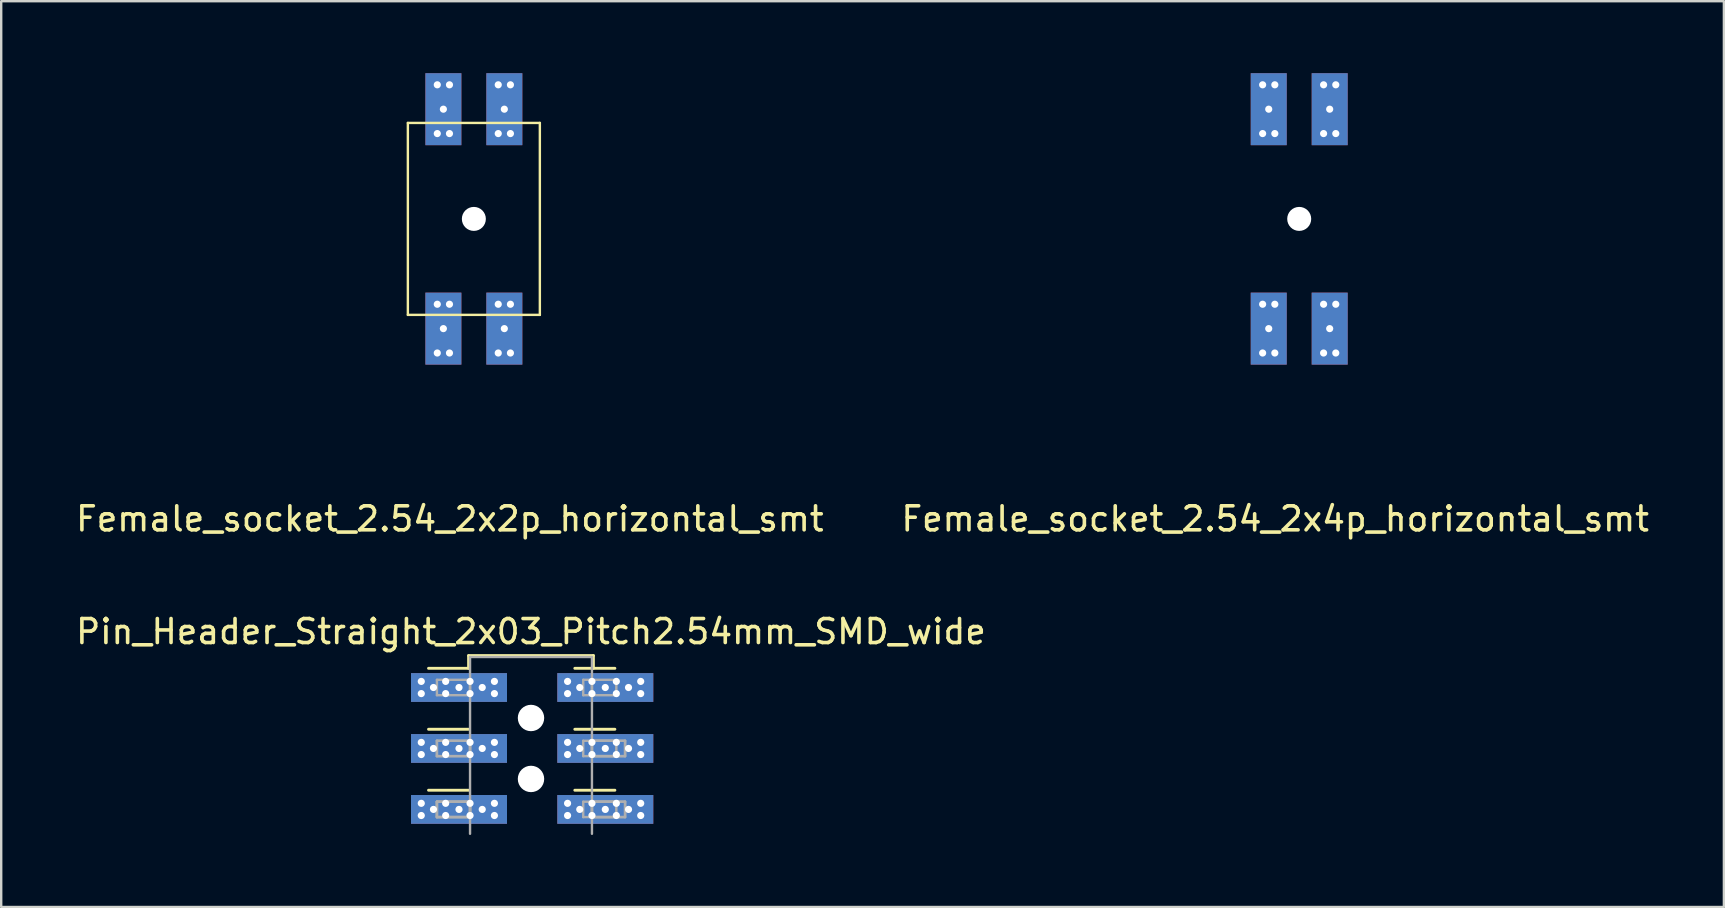
<source format=kicad_pcb>
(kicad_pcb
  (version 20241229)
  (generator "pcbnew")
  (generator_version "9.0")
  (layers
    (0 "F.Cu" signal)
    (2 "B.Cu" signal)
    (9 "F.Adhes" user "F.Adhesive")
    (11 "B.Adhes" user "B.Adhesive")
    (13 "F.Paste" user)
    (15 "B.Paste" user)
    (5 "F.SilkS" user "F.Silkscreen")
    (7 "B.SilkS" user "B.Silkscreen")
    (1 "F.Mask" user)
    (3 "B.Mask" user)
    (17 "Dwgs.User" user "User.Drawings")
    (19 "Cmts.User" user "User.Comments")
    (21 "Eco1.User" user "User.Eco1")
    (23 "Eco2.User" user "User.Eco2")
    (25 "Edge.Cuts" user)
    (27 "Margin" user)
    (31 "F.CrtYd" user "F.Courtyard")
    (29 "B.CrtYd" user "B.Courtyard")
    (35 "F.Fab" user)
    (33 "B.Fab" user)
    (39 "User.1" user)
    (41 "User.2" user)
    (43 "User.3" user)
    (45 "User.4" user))
  (footprint "Female_socket_2.54_2x4p_horizontal_smt"
    (layer "F.Cu")
    (at 51.089 6.072)
    (property "Reference" "Female_socket_2.54_2x4p_horizontal_smt" (at -1 12.5 0) (layer "F.SilkS") (effects (font (size 1 1) (thickness 0.15))))
    (attr through_hole)
    (pad "" np_thru_hole circle (at 0 0) (size 1 1) (drill 1) (layers "*.Cu" "*.Mask"))
    (pad "1" thru_hole circle (at 1.016 -5.588) (size 0.3 0.3) (drill 0.3) (layers "*.Cu" "*.Mask"))
    (pad "1" thru_hole circle (at 1.016 -3.556) (size 0.3 0.3) (drill 0.3) (layers "*.Cu" "*.Mask"))
    (pad "1" thru_hole rect (at 1.27 -4.572) (size 1.5 3) (drill 0.3) (layers "*.Cu" "*.Mask"))
    (pad "1" thru_hole circle (at 1.524 -5.588) (size 0.3 0.3) (drill 0.3) (layers "*.Cu" "*.Mask"))
    (pad "1" thru_hole circle (at 1.524 -3.556) (size 0.3 0.3) (drill 0.3) (layers "*.Cu" "*.Mask"))
    (pad "2" thru_hole circle (at 1.016 3.556) (size 0.3 0.3) (drill 0.3) (layers "*.Cu" "*.Mask"))
    (pad "2" thru_hole circle (at 1.016 5.588) (size 0.3 0.3) (drill 0.3) (layers "*.Cu" "*.Mask"))
    (pad "2" thru_hole rect (at 1.27 4.572) (size 1.5 3) (drill 0.3) (layers "*.Cu" "*.Mask"))
    (pad "2" thru_hole circle (at 1.524 3.556) (size 0.3 0.3) (drill 0.3) (layers "*.Cu" "*.Mask"))
    (pad "2" thru_hole circle (at 1.524 5.588) (size 0.3 0.3) (drill 0.3) (layers "*.Cu" "*.Mask"))
    (pad "3" thru_hole circle (at -1.524 -5.588) (size 0.3 0.3) (drill 0.3) (layers "*.Cu" "*.Mask"))
    (pad "3" thru_hole circle (at -1.524 -3.556) (size 0.3 0.3) (drill 0.3) (layers "*.Cu" "*.Mask"))
    (pad "3" thru_hole rect (at -1.27 -4.572) (size 1.5 3) (drill 0.3) (layers "*.Cu" "*.Mask"))
    (pad "3" thru_hole circle (at -1.016 -5.588) (size 0.3 0.3) (drill 0.3) (layers "*.Cu" "*.Mask"))
    (pad "3" thru_hole circle (at -1.016 -3.556) (size 0.3 0.3) (drill 0.3) (layers "*.Cu" "*.Mask"))
    (pad "4" thru_hole circle (at -1.524 3.556) (size 0.3 0.3) (drill 0.3) (layers "*.Cu" "*.Mask"))
    (pad "4" thru_hole circle (at -1.524 5.588) (size 0.3 0.3) (drill 0.3) (layers "*.Cu" "*.Mask"))
    (pad "4" thru_hole rect (at -1.27 4.572) (size 1.5 3) (drill 0.3) (layers "*.Cu" "*.Mask"))
    (pad "4" thru_hole circle (at -1.016 3.556) (size 0.3 0.3) (drill 0.3) (layers "*.Cu" "*.Mask"))
    (pad "4" thru_hole circle (at -1.016 5.588) (size 0.3 0.3) (drill 0.3) (layers "*.Cu" "*.Mask")))
  (footprint "Pin_Header_Straight_2x03_Pitch2.54mm_SMD_wide"
    (layer "F.Cu")
    (at 19.077 28.139)
    (property "Reference" "Pin_Header_Straight_2x03_Pitch2.54mm_SMD_wide" (at 0 -4.87 0) (layer "F.SilkS") (effects (font (size 1 1) (thickness 0.15))))
    (attr smd)
    (fp_line (start -4.27 -3.34) (end -2.6 -3.34) (stroke (width 0.12) (type solid)) (layer "F.SilkS"))
    (fp_line (start -4.27 -0.8) (end -2.6 -0.8) (stroke (width 0.12) (type solid)) (layer "F.SilkS"))
    (fp_line (start -4.27 1.74) (end -2.6 1.74) (stroke (width 0.12) (type solid)) (layer "F.SilkS"))
    (fp_line (start -2.6 -3.87) (end 2.6 -3.87) (stroke (width 0.12) (type solid)) (layer "F.SilkS"))
    (fp_line (start -2.6 -3.34) (end -2.6 -3.87) (stroke (width 0.12) (type solid)) (layer "F.SilkS"))
    (fp_line (start 1.826 -3.34) (end 3.496 -3.34) (stroke (width 0.12) (type solid)) (layer "F.SilkS"))
    (fp_line (start 1.826 -0.8) (end 3.496 -0.8) (stroke (width 0.12) (type solid)) (layer "F.SilkS"))
    (fp_line (start 1.826 1.74) (end 3.496 1.74) (stroke (width 0.12) (type solid)) (layer "F.SilkS"))
    (fp_line (start 2.6 -3.87) (end 2.6 -3.34) (stroke (width 0.12) (type solid)) (layer "F.SilkS"))
    (fp_line (start -3.92 -2.86) (end -2.54 -2.86) (stroke (width 0.1) (type solid)) (layer "F.Fab"))
    (fp_line (start -3.92 -2.22) (end -3.92 -2.86) (stroke (width 0.1) (type solid)) (layer "F.Fab"))
    (fp_line (start -3.92 -0.32) (end -2.54 -0.32) (stroke (width 0.1) (type solid)) (layer "F.Fab"))
    (fp_line (start -3.92 -0.32) (end -2.54 -0.32) (stroke (width 0.1) (type solid)) (layer "F.Fab"))
    (fp_line (start -3.92 0.32) (end -3.92 -0.32) (stroke (width 0.1) (type solid)) (layer "F.Fab"))
    (fp_line (start -3.92 0.32) (end -3.92 -0.32) (stroke (width 0.1) (type solid)) (layer "F.Fab"))
    (fp_line (start -3.92 2.22) (end -2.54 2.22) (stroke (width 0.1) (type solid)) (layer "F.Fab"))
    (fp_line (start -3.92 2.22) (end -2.54 2.22) (stroke (width 0.1) (type solid)) (layer "F.Fab"))
    (fp_line (start -3.92 2.22) (end -2.54 2.22) (stroke (width 0.1) (type solid)) (layer "F.Fab"))
    (fp_line (start -3.92 2.86) (end -3.92 2.22) (stroke (width 0.1) (type solid)) (layer "F.Fab"))
    (fp_line (start -3.92 2.86) (end -3.92 2.22) (stroke (width 0.1) (type solid)) (layer "F.Fab"))
    (fp_line (start -3.92 2.86) (end -3.92 2.22) (stroke (width 0.1) (type solid)) (layer "F.Fab"))
    (fp_line (start -2.54 -3.81) (end -2.54 3.556) (stroke (width 0.1) (type solid)) (layer "F.Fab"))
    (fp_line (start -2.54 -2.86) (end -2.54 -2.22) (stroke (width 0.1) (type solid)) (layer "F.Fab"))
    (fp_line (start -2.54 -2.22) (end -3.92 -2.22) (stroke (width 0.1) (type solid)) (layer "F.Fab"))
    (fp_line (start -2.54 -0.32) (end -2.54 0.32) (stroke (width 0.1) (type solid)) (layer "F.Fab"))
    (fp_line (start -2.54 -0.32) (end -2.54 0.32) (stroke (width 0.1) (type solid)) (layer "F.Fab"))
    (fp_line (start -2.54 0.32) (end -3.92 0.32) (stroke (width 0.1) (type solid)) (layer "F.Fab"))
    (fp_line (start -2.54 0.32) (end -3.92 0.32) (stroke (width 0.1) (type solid)) (layer "F.Fab"))
    (fp_line (start -2.54 2.22) (end -2.54 2.86) (stroke (width 0.1) (type solid)) (layer "F.Fab"))
    (fp_line (start -2.54 2.22) (end -2.54 2.86) (stroke (width 0.1) (type solid)) (layer "F.Fab"))
    (fp_line (start -2.54 2.22) (end -2.54 2.86) (stroke (width 0.1) (type solid)) (layer "F.Fab"))
    (fp_line (start -2.54 2.86) (end -3.92 2.86) (stroke (width 0.1) (type solid)) (layer "F.Fab"))
    (fp_line (start -2.54 2.86) (end -3.92 2.86) (stroke (width 0.1) (type solid)) (layer "F.Fab"))
    (fp_line (start -2.54 2.86) (end -3.92 2.86) (stroke (width 0.1) (type solid)) (layer "F.Fab"))
    (fp_line (start 2.176 -2.86) (end 3.556 -2.86) (stroke (width 0.1) (type solid)) (layer "F.Fab"))
    (fp_line (start 2.176 -2.22) (end 2.176 -2.86) (stroke (width 0.1) (type solid)) (layer "F.Fab"))
    (fp_line (start 2.176 -0.32) (end 3.556 -0.32) (stroke (width 0.1) (type solid)) (layer "F.Fab"))
    (fp_line (start 2.176 0.32) (end 2.176 -0.32) (stroke (width 0.1) (type solid)) (layer "F.Fab"))
    (fp_line (start 2.176 2.22) (end 3.556 2.22) (stroke (width 0.1) (type solid)) (layer "F.Fab"))
    (fp_line (start 2.176 2.86) (end 2.176 2.22) (stroke (width 0.1) (type solid)) (layer "F.Fab"))
    (fp_line (start 2.54 -3.81) (end -2.54 -3.81) (stroke (width 0.1) (type solid)) (layer "F.Fab"))
    (fp_line (start 2.54 -2.86) (end 2.54 -2.22) (stroke (width 0.1) (type solid)) (layer "F.Fab"))
    (fp_line (start 2.54 -0.32) (end 2.54 0.32) (stroke (width 0.1) (type solid)) (layer "F.Fab"))
    (fp_line (start 2.54 -0.32) (end 2.54 0.32) (stroke (width 0.1) (type solid)) (layer "F.Fab"))
    (fp_line (start 2.54 0.32) (end 3.92 0.32) (stroke (width 0.1) (type solid)) (layer "F.Fab"))
    (fp_line (start 2.54 0.32) (end 3.92 0.32) (stroke (width 0.1) (type solid)) (layer "F.Fab"))
    (fp_line (start 2.54 2.22) (end 2.54 2.86) (stroke (width 0.1) (type solid)) (layer "F.Fab"))
    (fp_line (start 2.54 2.22) (end 2.54 2.86) (stroke (width 0.1) (type solid)) (layer "F.Fab"))
    (fp_line (start 2.54 2.86) (end 3.92 2.86) (stroke (width 0.1) (type solid)) (layer "F.Fab"))
    (fp_line (start 2.54 2.86) (end 3.92 2.86) (stroke (width 0.1) (type solid)) (layer "F.Fab"))
    (fp_line (start 2.54 3.556) (end 2.54 -3.81) (stroke (width 0.1) (type solid)) (layer "F.Fab"))
    (fp_line (start 3.556 -2.86) (end 3.556 -2.22) (stroke (width 0.1) (type solid)) (layer "F.Fab"))
    (fp_line (start 3.556 -2.22) (end 2.176 -2.22) (stroke (width 0.1) (type solid)) (layer "F.Fab"))
    (fp_line (start 3.556 -0.32) (end 3.556 0.32) (stroke (width 0.1) (type solid)) (layer "F.Fab"))
    (fp_line (start 3.556 0.32) (end 2.176 0.32) (stroke (width 0.1) (type solid)) (layer "F.Fab"))
    (fp_line (start 3.556 2.22) (end 3.556 2.86) (stroke (width 0.1) (type solid)) (layer "F.Fab"))
    (fp_line (start 3.556 2.86) (end 2.176 2.86) (stroke (width 0.1) (type solid)) (layer "F.Fab"))
    (fp_line (start 3.92 -0.32) (end 2.54 -0.32) (stroke (width 0.1) (type solid)) (layer "F.Fab"))
    (fp_line (start 3.92 -0.32) (end 2.54 -0.32) (stroke (width 0.1) (type solid)) (layer "F.Fab"))
    (fp_line (start 3.92 0.32) (end 3.92 -0.32) (stroke (width 0.1) (type solid)) (layer "F.Fab"))
    (fp_line (start 3.92 0.32) (end 3.92 -0.32) (stroke (width 0.1) (type solid)) (layer "F.Fab"))
    (fp_line (start 3.92 2.22) (end 2.54 2.22) (stroke (width 0.1) (type solid)) (layer "F.Fab"))
    (fp_line (start 3.92 2.22) (end 2.54 2.22) (stroke (width 0.1) (type solid)) (layer "F.Fab"))
    (fp_line (start 3.92 2.86) (end 3.92 2.22) (stroke (width 0.1) (type solid)) (layer "F.Fab"))
    (fp_line (start 3.92 2.86) (end 3.92 2.22) (stroke (width 0.1) (type solid)) (layer "F.Fab"))
    (pad "" np_thru_hole circle (at 0 -1.27) (size 1.1 1.1) (drill 1.1) (layers "*.Cu" "*.Mask"))
    (pad "" np_thru_hole circle (at 0 1.27) (size 1.1 1.1) (drill 1.1) (layers "*.Cu" "*.Mask"))
    (pad "1" thru_hole circle (at -4.572 -2.794) (size 0.3 0.3) (drill 0.3) (layers "*.Cu" "F.Mask"))
    (pad "1" thru_hole circle (at -4.572 -2.286) (size 0.3 0.3) (drill 0.3) (layers "*.Cu" "F.Mask"))
    (pad "1" thru_hole circle (at -4.064 -2.54) (size 0.3 0.3) (drill 0.3) (layers "*.Cu" "F.Mask"))
    (pad "1" thru_hole circle (at -3.556 -2.794) (size 0.3 0.3) (drill 0.3) (layers "*.Cu" "F.Mask"))
    (pad "1" thru_hole circle (at -3.556 -2.286) (size 0.3 0.3) (drill 0.3) (layers "*.Cu" "F.Mask"))
    (pad "1" thru_hole rect (at -3 -2.54) (size 4 1.2) (drill 0.3) (layers "*.Cu" "F.Mask"))
    (pad "1" thru_hole circle (at -2.54 -2.794) (size 0.3 0.3) (drill 0.3) (layers "*.Cu" "F.Mask"))
    (pad "1" thru_hole circle (at -2.54 -2.286) (size 0.3 0.3) (drill 0.3) (layers "*.Cu" "F.Mask"))
    (pad "1" thru_hole circle (at -2.032 -2.54) (size 0.3 0.3) (drill 0.3) (layers "*.Cu" "F.Mask"))
    (pad "1" thru_hole circle (at -1.524 -2.794) (size 0.3 0.3) (drill 0.3) (layers "*.Cu" "F.Mask"))
    (pad "1" thru_hole circle (at -1.524 -2.286) (size 0.3 0.3) (drill 0.3) (layers "*.Cu" "F.Mask"))
    (pad "2" thru_hole circle (at 1.524 -2.794) (size 0.3 0.3) (drill 0.3) (layers "*.Cu" "F.Mask"))
    (pad "2" thru_hole circle (at 1.524 -2.286) (size 0.3 0.3) (drill 0.3) (layers "*.Cu" "F.Mask"))
    (pad "2" thru_hole circle (at 2.032 -2.54) (size 0.3 0.3) (drill 0.3) (layers "*.Cu" "F.Mask"))
    (pad "2" thru_hole circle (at 2.54 -2.794) (size 0.3 0.3) (drill 0.3) (layers "*.Cu" "F.Mask"))
    (pad "2" thru_hole circle (at 2.54 -2.286) (size 0.3 0.3) (drill 0.3) (layers "*.Cu" "F.Mask"))
    (pad "2" thru_hole rect (at 3.096 -2.54) (size 4 1.2) (drill 0.3) (layers "*.Cu" "F.Mask"))
    (pad "2" thru_hole circle (at 3.556 -2.794) (size 0.3 0.3) (drill 0.3) (layers "*.Cu" "F.Mask"))
    (pad "2" thru_hole circle (at 3.556 -2.286) (size 0.3 0.3) (drill 0.3) (layers "*.Cu" "F.Mask"))
    (pad "2" thru_hole circle (at 4.064 -2.54) (size 0.3 0.3) (drill 0.3) (layers "*.Cu" "F.Mask"))
    (pad "2" thru_hole circle (at 4.572 -2.794) (size 0.3 0.3) (drill 0.3) (layers "*.Cu" "F.Mask"))
    (pad "2" thru_hole circle (at 4.572 -2.286) (size 0.3 0.3) (drill 0.3) (layers "*.Cu" "F.Mask"))
    (pad "3" thru_hole circle (at -4.572 -0.254) (size 0.3 0.3) (drill 0.3) (layers "*.Cu" "F.Mask"))
    (pad "3" thru_hole circle (at -4.572 0.254) (size 0.3 0.3) (drill 0.3) (layers "*.Cu" "F.Mask"))
    (pad "3" thru_hole circle (at -4.064 0) (size 0.3 0.3) (drill 0.3) (layers "*.Cu" "F.Mask"))
    (pad "3" thru_hole circle (at -3.556 -0.254) (size 0.3 0.3) (drill 0.3) (layers "*.Cu" "F.Mask"))
    (pad "3" thru_hole circle (at -3.556 0.254) (size 0.3 0.3) (drill 0.3) (layers "*.Cu" "F.Mask"))
    (pad "3" thru_hole rect (at -3 0) (size 4 1.2) (drill 0.3) (layers "*.Cu" "F.Mask"))
    (pad "3" thru_hole circle (at -2.54 -0.254) (size 0.3 0.3) (drill 0.3) (layers "*.Cu" "F.Mask"))
    (pad "3" thru_hole circle (at -2.54 0.254) (size 0.3 0.3) (drill 0.3) (layers "*.Cu" "F.Mask"))
    (pad "3" thru_hole circle (at -2.032 0) (size 0.3 0.3) (drill 0.3) (layers "*.Cu" "F.Mask"))
    (pad "3" thru_hole circle (at -1.524 -0.254) (size 0.3 0.3) (drill 0.3) (layers "*.Cu" "F.Mask"))
    (pad "3" thru_hole circle (at -1.524 0.254) (size 0.3 0.3) (drill 0.3) (layers "*.Cu" "F.Mask"))
    (pad "4" thru_hole circle (at 1.524 -0.254) (size 0.3 0.3) (drill 0.3) (layers "*.Cu" "F.Mask"))
    (pad "4" thru_hole circle (at 1.524 0.254) (size 0.3 0.3) (drill 0.3) (layers "*.Cu" "F.Mask"))
    (pad "4" thru_hole circle (at 2.032 0) (size 0.3 0.3) (drill 0.3) (layers "*.Cu" "F.Mask"))
    (pad "4" thru_hole circle (at 2.54 -0.254) (size 0.3 0.3) (drill 0.3) (layers "*.Cu" "F.Mask"))
    (pad "4" thru_hole circle (at 2.54 0.254) (size 0.3 0.3) (drill 0.3) (layers "*.Cu" "F.Mask"))
    (pad "4" thru_hole rect (at 3.096 0) (size 4 1.2) (drill 0.3) (layers "*.Cu" "F.Mask"))
    (pad "4" thru_hole circle (at 3.556 -0.254) (size 0.3 0.3) (drill 0.3) (layers "*.Cu" "F.Mask"))
    (pad "4" thru_hole circle (at 3.556 0.254) (size 0.3 0.3) (drill 0.3) (layers "*.Cu" "F.Mask"))
    (pad "4" thru_hole circle (at 4.064 0) (size 0.3 0.3) (drill 0.3) (layers "*.Cu" "F.Mask"))
    (pad "4" thru_hole circle (at 4.572 -0.254) (size 0.3 0.3) (drill 0.3) (layers "*.Cu" "F.Mask"))
    (pad "4" thru_hole circle (at 4.572 0.254) (size 0.3 0.3) (drill 0.3) (layers "*.Cu" "F.Mask"))
    (pad "5" thru_hole circle (at -4.572 2.286) (size 0.3 0.3) (drill 0.3) (layers "*.Cu" "F.Mask"))
    (pad "5" thru_hole circle (at -4.572 2.794) (size 0.3 0.3) (drill 0.3) (layers "*.Cu" "F.Mask"))
    (pad "5" thru_hole circle (at -4.064 2.54) (size 0.3 0.3) (drill 0.3) (layers "*.Cu" "F.Mask"))
    (pad "5" thru_hole circle (at -3.556 2.286) (size 0.3 0.3) (drill 0.3) (layers "*.Cu" "F.Mask"))
    (pad "5" thru_hole circle (at -3.556 2.794) (size 0.3 0.3) (drill 0.3) (layers "*.Cu" "F.Mask"))
    (pad "5" thru_hole rect (at -3 2.54) (size 4 1.2) (drill 0.3) (layers "*.Cu" "F.Mask"))
    (pad "5" thru_hole circle (at -2.54 2.286) (size 0.3 0.3) (drill 0.3) (layers "*.Cu" "F.Mask"))
    (pad "5" thru_hole circle (at -2.54 2.794) (size 0.3 0.3) (drill 0.3) (layers "*.Cu" "F.Mask"))
    (pad "5" thru_hole circle (at -2.032 2.54) (size 0.3 0.3) (drill 0.3) (layers "*.Cu" "F.Mask"))
    (pad "5" thru_hole circle (at -1.524 2.286) (size 0.3 0.3) (drill 0.3) (layers "*.Cu" "F.Mask"))
    (pad "5" thru_hole circle (at -1.524 2.794) (size 0.3 0.3) (drill 0.3) (layers "*.Cu" "F.Mask"))
    (pad "6" thru_hole circle (at 1.524 2.286) (size 0.3 0.3) (drill 0.3) (layers "*.Cu" "F.Mask"))
    (pad "6" thru_hole circle (at 1.524 2.794) (size 0.3 0.3) (drill 0.3) (layers "*.Cu" "F.Mask"))
    (pad "6" thru_hole circle (at 2.032 2.54) (size 0.3 0.3) (drill 0.3) (layers "*.Cu" "F.Mask"))
    (pad "6" thru_hole circle (at 2.54 2.286) (size 0.3 0.3) (drill 0.3) (layers "*.Cu" "F.Mask"))
    (pad "6" thru_hole circle (at 2.54 2.794) (size 0.3 0.3) (drill 0.3) (layers "*.Cu" "F.Mask"))
    (pad "6" thru_hole rect (at 3.096 2.54) (size 4 1.2) (drill 0.3) (layers "*.Cu" "F.Mask"))
    (pad "6" thru_hole circle (at 3.556 2.286) (size 0.3 0.3) (drill 0.3) (layers "*.Cu" "F.Mask"))
    (pad "6" thru_hole circle (at 3.556 2.794) (size 0.3 0.3) (drill 0.3) (layers "*.Cu" "F.Mask"))
    (pad "6" thru_hole circle (at 4.064 2.54) (size 0.3 0.3) (drill 0.3) (layers "*.Cu" "F.Mask"))
    (pad "6" thru_hole circle (at 4.572 2.286) (size 0.3 0.3) (drill 0.3) (layers "*.Cu" "F.Mask"))
    (pad "6" thru_hole circle (at 4.572 2.794) (size 0.3 0.3) (drill 0.3) (layers "*.Cu" "F.Mask")))
  (footprint "Female_socket_2.54_2x2p_horizontal_smt"
    (layer "F.Cu")
    (at 16.696 6.072)
    (property "Reference" "Female_socket_2.54_2x2p_horizontal_smt" (at -1 12.5 0) (layer "F.SilkS") (effects (font (size 1 1) (thickness 0.15))))
    (attr through_hole)
    (fp_line (start -2.75 -4) (end 2.75 -4) (stroke (width 0.1) (type solid)) (layer "F.SilkS"))
    (fp_line (start -2.75 4) (end -2.75 -4) (stroke (width 0.1) (type solid)) (layer "F.SilkS"))
    (fp_line (start 2.75 -4) (end 2.75 4) (stroke (width 0.1) (type solid)) (layer "F.SilkS"))
    (fp_line (start 2.75 4) (end -2.75 4) (stroke (width 0.1) (type solid)) (layer "F.SilkS"))
    (pad "" np_thru_hole circle (at 0 0) (size 1 1) (drill 1) (layers "*.Cu" "*.Mask"))
    (pad "1" thru_hole circle (at 1.016 -5.588) (size 0.3 0.3) (drill 0.3) (layers "*.Cu" "*.Mask"))
    (pad "1" thru_hole circle (at 1.016 -3.556) (size 0.3 0.3) (drill 0.3) (layers "*.Cu" "*.Mask"))
    (pad "1" thru_hole rect (at 1.27 -4.572) (size 1.5 3) (drill 0.3) (layers "*.Cu" "*.Mask"))
    (pad "1" thru_hole circle (at 1.524 -5.588) (size 0.3 0.3) (drill 0.3) (layers "*.Cu" "*.Mask"))
    (pad "1" thru_hole circle (at 1.524 -3.556) (size 0.3 0.3) (drill 0.3) (layers "*.Cu" "*.Mask"))
    (pad "2" thru_hole circle (at 1.016 3.556) (size 0.3 0.3) (drill 0.3) (layers "*.Cu" "*.Mask"))
    (pad "2" thru_hole circle (at 1.016 5.588) (size 0.3 0.3) (drill 0.3) (layers "*.Cu" "*.Mask"))
    (pad "2" thru_hole rect (at 1.27 4.572) (size 1.5 3) (drill 0.3) (layers "*.Cu" "*.Mask"))
    (pad "2" thru_hole circle (at 1.524 3.556) (size 0.3 0.3) (drill 0.3) (layers "*.Cu" "*.Mask"))
    (pad "2" thru_hole circle (at 1.524 5.588) (size 0.3 0.3) (drill 0.3) (layers "*.Cu" "*.Mask"))
    (pad "3" thru_hole circle (at -1.524 -5.588) (size 0.3 0.3) (drill 0.3) (layers "*.Cu" "*.Mask"))
    (pad "3" thru_hole circle (at -1.524 -3.556) (size 0.3 0.3) (drill 0.3) (layers "*.Cu" "*.Mask"))
    (pad "3" thru_hole rect (at -1.27 -4.572) (size 1.5 3) (drill 0.3) (layers "*.Cu" "*.Mask"))
    (pad "3" thru_hole circle (at -1.016 -5.588) (size 0.3 0.3) (drill 0.3) (layers "*.Cu" "*.Mask"))
    (pad "3" thru_hole circle (at -1.016 -3.556) (size 0.3 0.3) (drill 0.3) (layers "*.Cu" "*.Mask"))
    (pad "4" thru_hole circle (at -1.524 3.556) (size 0.3 0.3) (drill 0.3) (layers "*.Cu" "*.Mask"))
    (pad "4" thru_hole circle (at -1.524 5.588) (size 0.3 0.3) (drill 0.3) (layers "*.Cu" "*.Mask"))
    (pad "4" thru_hole rect (at -1.27 4.572) (size 1.5 3) (drill 0.3) (layers "*.Cu" "*.Mask"))
    (pad "4" thru_hole circle (at -1.016 3.556) (size 0.3 0.3) (drill 0.3) (layers "*.Cu" "*.Mask"))
    (pad "4" thru_hole circle (at -1.016 5.588) (size 0.3 0.3) (drill 0.3) (layers "*.Cu" "*.Mask")))
  (gr_rect
    (start -3 -3)
    (end 68.786 34.745)
    (stroke (width 0.1) (type default))
    (fill no)
    (layer "Edge.Cuts")))
</source>
